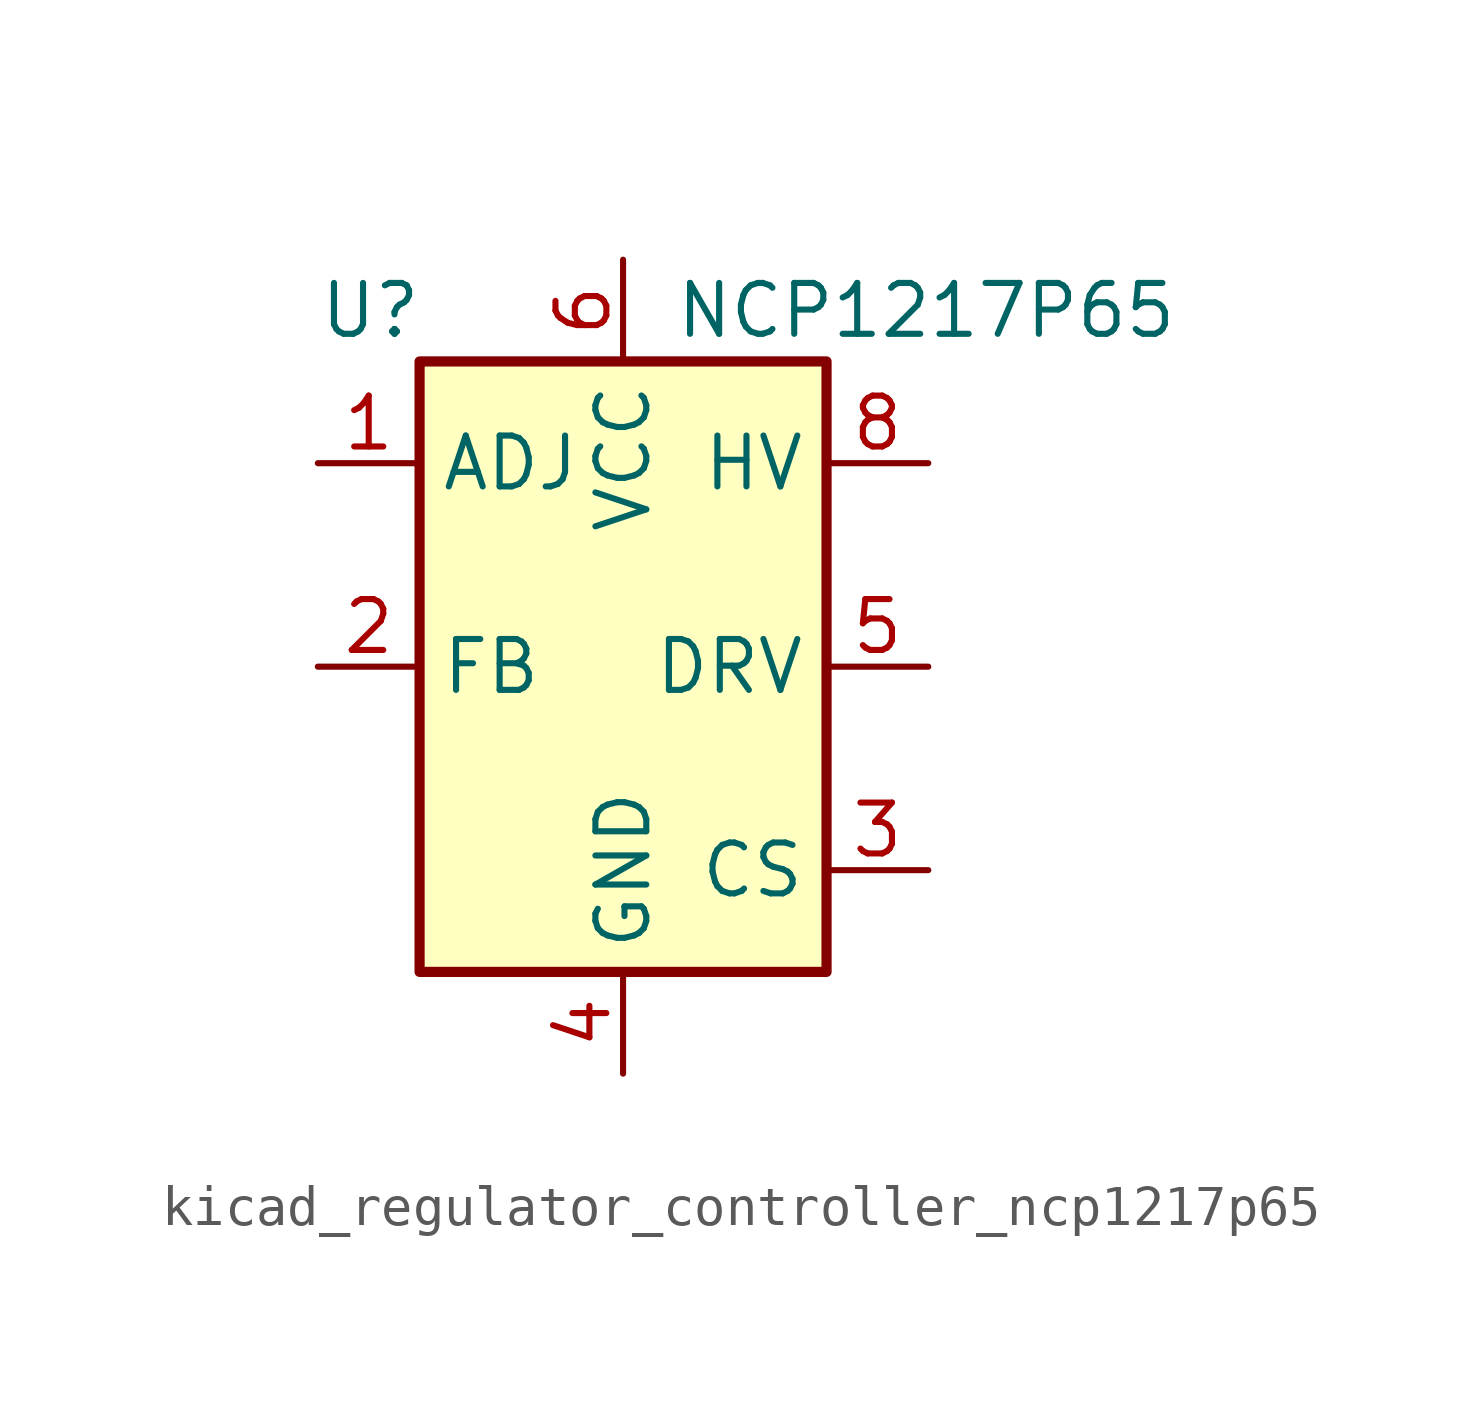
<source format=kicad_sym>
(kicad_symbol_lib
  (version 20220914)
  (generator kicad_symbol_editor)
  (symbol "kicad_regulator_controller_ncp1217p65"
    (property "Reference" "U"
      (at -7.62 8.89 0)
      (effects (font (size 1.27 1.27)) (justify left)))
    (property "Value" "NCP1217P65"
      (at 1.27 8.89 0)
      (effects (font (size 1.27 1.27)) (justify left)))
    (symbol "kicad_regulator_controller_ncp1217p65_0_0"
      (rectangle (start -5.08 7.62) (end 5.08 -7.62) (stroke (width 0.254) (type default)) (fill (type background))))
    (symbol "kicad_regulator_controller_ncp1217p65_1_1"
      (pin input line (at -7.62 5.08 0) (length 2.54) (name "ADJ" (effects (font (size 1.27 1.27)))) (number "1" (effects (font (size 1.27 1.27)))))
      (pin input line (at -7.62 0 0) (length 2.54) (name "FB" (effects (font (size 1.27 1.27)))) (number "2" (effects (font (size 1.27 1.27)))))
      (pin input line (at 7.62 -5.08 180) (length 2.54) (name "CS" (effects (font (size 1.27 1.27)))) (number "3" (effects (font (size 1.27 1.27)))))
      (pin power_in line (at 0 -10.16 90) (length 2.54) (name "GND" (effects (font (size 1.27 1.27)))) (number "4" (effects (font (size 1.27 1.27)))))
      (pin output line (at 7.62 0 180) (length 2.54) (name "DRV" (effects (font (size 1.27 1.27)))) (number "5" (effects (font (size 1.27 1.27)))))
      (pin power_in line (at 0 10.16 270) (length 2.54) (name "VCC" (effects (font (size 1.27 1.27)))) (number "6" (effects (font (size 1.27 1.27)))))
      (pin no_connect line (at -5.08 2.54 0) (length 2.54) hide (name "NC" (effects (font (size 1.27 1.27)))) (number "7" (effects (font (size 1.27 1.27)))))
      (pin input line (at 7.62 5.08 180) (length 2.54) (name "HV" (effects (font (size 1.27 1.27)))) (number "8" (effects (font (size 1.27 1.27))))))))
</source>
